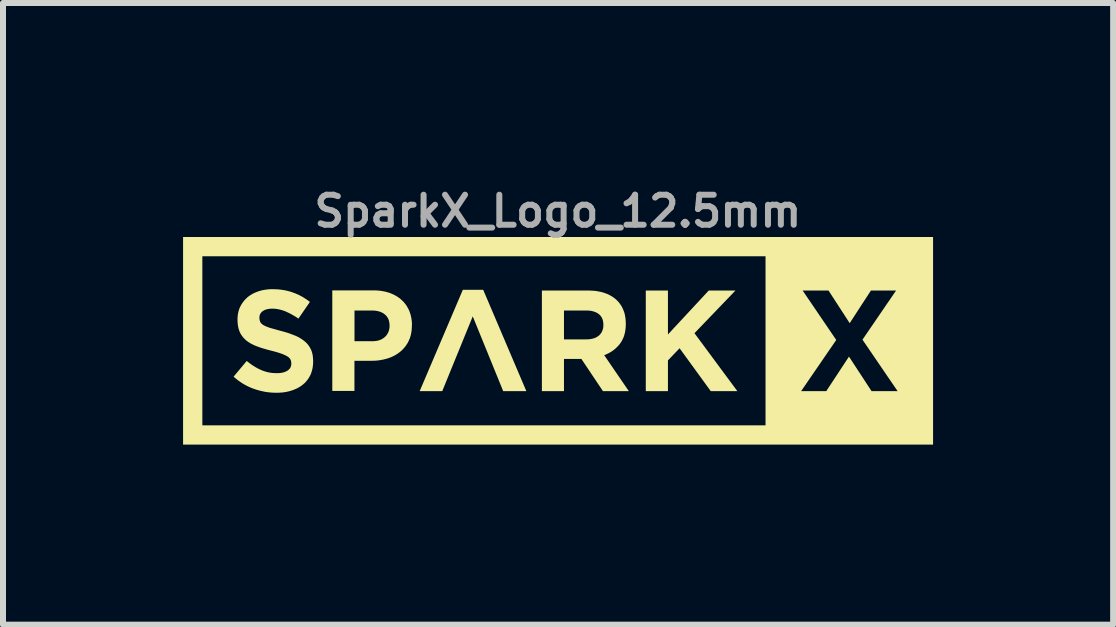
<source format=kicad_pcb>
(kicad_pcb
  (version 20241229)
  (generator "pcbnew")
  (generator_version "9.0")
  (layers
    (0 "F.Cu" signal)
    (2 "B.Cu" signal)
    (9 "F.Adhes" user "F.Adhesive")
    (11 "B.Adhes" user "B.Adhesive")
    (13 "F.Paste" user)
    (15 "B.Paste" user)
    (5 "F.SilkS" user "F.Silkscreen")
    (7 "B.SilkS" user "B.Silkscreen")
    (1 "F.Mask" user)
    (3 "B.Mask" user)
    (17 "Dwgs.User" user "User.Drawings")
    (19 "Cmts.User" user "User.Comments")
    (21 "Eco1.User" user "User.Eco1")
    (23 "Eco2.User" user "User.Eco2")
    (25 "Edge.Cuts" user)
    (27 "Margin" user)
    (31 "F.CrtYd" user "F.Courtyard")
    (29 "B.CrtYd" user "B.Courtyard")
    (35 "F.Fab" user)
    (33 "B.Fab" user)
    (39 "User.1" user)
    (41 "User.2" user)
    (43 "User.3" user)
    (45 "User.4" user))
  (footprint "SparkX_Logo_12.5mm"
    (layer "F.Cu")
    (at 6.245 2.593)
    (property "Reference" "SparkX_Logo_12.5mm" (at 0 -2.125 0) (layer "F.Fab") (effects (font (size 0.5 0.5) (thickness 0.1))))
    (attr board_only exclude_from_pos_files exclude_from_bom)
    (fp_poly (pts (xy -0.526 0.873) (xy -0.912 0.873) (xy -1.161 0.261) (xy -1.419 -0.372) (xy -1.927 0.873) (xy -2.303 0.873) (xy -1.584 -0.815) (xy -1.245 -0.815)) (stroke (width 0) (type solid)) (fill yes) (layer "F.SilkS"))
    (fp_poly (pts (xy 1.833 -0.071) (xy 2.513 -0.803) (xy 2.958 -0.803) (xy 2.275 -0.092) (xy 2.989 0.873) (xy 2.546 0.873) (xy 2.027 0.159) (xy 1.833 0.361) (xy 1.833 0.873) (xy 1.464 0.873) (xy 1.464 -0.803) (xy 1.833 -0.803)) (stroke (width 0) (type solid)) (fill yes) (layer "F.SilkS"))
    (fp_poly (pts (xy 6.25 1.764) (xy -6.245 1.764) (xy -6.245 -1.374) (xy -5.924 -1.374) (xy -5.924 1.443) (xy 3.459 1.443) (xy 3.459 0.873) (xy 4.052 0.873) (xy 4.471 0.873) (xy 4.849 0.298) (xy 5.225 0.873) (xy 5.659 0.873) (xy 5.074 0.016) (xy 5.634 -0.803) (xy 5.215 -0.803) (xy 4.861 -0.259) (xy 4.508 -0.803) (xy 4.077 -0.803) (xy 4.637 0.021) (xy 4.052 0.873) (xy 3.459 0.873) (xy 3.459 -1.374) (xy -5.924 -1.374) (xy -6.245 -1.374) (xy -6.245 -1.695) (xy 6.25 -1.695)) (stroke (width 0) (type solid)) (fill yes) (layer "F.SilkS"))
    (fp_poly (pts (xy 0.535 -0.802) (xy 0.571 -0.8) (xy 0.606 -0.798) (xy 0.64 -0.794) (xy 0.673 -0.788) (xy 0.705 -0.782) (xy 0.735 -0.775) (xy 0.765 -0.766) (xy 0.793 -0.756) (xy 0.821 -0.746) (xy 0.847 -0.734) (xy 0.873 -0.72) (xy 0.897 -0.706) (xy 0.921 -0.691) (xy 0.943 -0.674) (xy 0.965 -0.657) (xy 0.985 -0.638) (xy 1.004 -0.618) (xy 1.021 -0.598) (xy 1.037 -0.576) (xy 1.052 -0.554) (xy 1.066 -0.531) (xy 1.078 -0.506) (xy 1.089 -0.481) (xy 1.099 -0.456) (xy 1.108 -0.429) (xy 1.115 -0.401) (xy 1.12 -0.372) (xy 1.125 -0.343) (xy 1.128 -0.313) (xy 1.13 -0.281) (xy 1.131 -0.249) (xy 1.131 -0.244) (xy 1.13 -0.219) (xy 1.129 -0.195) (xy 1.127 -0.171) (xy 1.124 -0.147) (xy 1.121 -0.125) (xy 1.117 -0.103) (xy 1.111 -0.081) (xy 1.106 -0.06) (xy 1.099 -0.039) (xy 1.092 -0.02) (xy 1.083 -0.000346) (xy 1.074 0.018) (xy 1.065 0.036) (xy 1.054 0.054) (xy 1.043 0.071) (xy 1.031 0.087) (xy 1.018 0.103) (xy 1.005 0.118) (xy 0.991 0.132) (xy 0.977 0.146) (xy 0.963 0.16) (xy 0.948 0.173) (xy 0.932 0.186) (xy 0.916 0.198) (xy 0.9 0.209) (xy 0.883 0.22) (xy 0.865 0.23) (xy 0.848 0.24) (xy 0.829 0.249) (xy 0.81 0.258) (xy 0.791 0.267) (xy 0.771 0.274) (xy 1.181 0.873) (xy 0.75 0.873) (xy 0.391 0.337) (xy 0.101 0.337) (xy 0.101 0.873) (xy -0.267 0.873) (xy -0.267 -0.47) (xy 0.101 -0.47) (xy 0.101 0.011) (xy 0.475 0.011) (xy 0.492 0.01) (xy 0.508 0.01) (xy 0.524 0.008) (xy 0.539 0.007) (xy 0.554 0.004) (xy 0.568 0.001) (xy 0.582 -0.002) (xy 0.596 -0.006) (xy 0.609 -0.01) (xy 0.621 -0.015) (xy 0.633 -0.02) (xy 0.644 -0.026) (xy 0.655 -0.033) (xy 0.665 -0.039) (xy 0.675 -0.047) (xy 0.685 -0.054) (xy 0.694 -0.063) (xy 0.702 -0.071) (xy 0.709 -0.08) (xy 0.717 -0.09) (xy 0.723 -0.099) (xy 0.729 -0.109) (xy 0.734 -0.12) (xy 0.739 -0.13) (xy 0.743 -0.141) (xy 0.747 -0.152) (xy 0.75 -0.164) (xy 0.753 -0.176) (xy 0.755 -0.188) (xy 0.756 -0.201) (xy 0.757 -0.214) (xy 0.757 -0.227) (xy 0.757 -0.23) (xy 0.757 -0.245) (xy 0.756 -0.26) (xy 0.755 -0.273) (xy 0.752 -0.287) (xy 0.75 -0.3) (xy 0.747 -0.312) (xy 0.743 -0.324) (xy 0.738 -0.335) (xy 0.733 -0.346) (xy 0.728 -0.357) (xy 0.721 -0.367) (xy 0.714 -0.377) (xy 0.707 -0.386) (xy 0.699 -0.394) (xy 0.69 -0.403) (xy 0.681 -0.41) (xy 0.671 -0.418) (xy 0.661 -0.424) (xy 0.65 -0.431) (xy 0.639 -0.437) (xy 0.627 -0.442) (xy 0.615 -0.447) (xy 0.602 -0.451) (xy 0.589 -0.455) (xy 0.576 -0.459) (xy 0.561 -0.462) (xy 0.547 -0.465) (xy 0.532 -0.467) (xy 0.516 -0.468) (xy 0.501 -0.469) (xy 0.484 -0.47) (xy 0.467 -0.47) (xy 0.101 -0.47) (xy -0.267 -0.47) (xy -0.267 -0.803) (xy 0.499 -0.803)) (stroke (width 0) (type solid)) (fill yes) (layer "F.SilkS"))
    (fp_poly (pts (xy -3.055 -0.805) (xy -3.036 -0.805) (xy -3.018 -0.804) (xy -3 -0.802) (xy -2.982 -0.801) (xy -2.965 -0.799) (xy -2.947 -0.797) (xy -2.93 -0.794) (xy -2.914 -0.791) (xy -2.897 -0.788) (xy -2.881 -0.785) (xy -2.865 -0.781) (xy -2.849 -0.777) (xy -2.834 -0.772) (xy -2.819 -0.768) (xy -2.804 -0.763) (xy -2.789 -0.757) (xy -2.775 -0.751) (xy -2.761 -0.746) (xy -2.747 -0.739) (xy -2.733 -0.733) (xy -2.72 -0.726) (xy -2.707 -0.719) (xy -2.694 -0.712) (xy -2.682 -0.704) (xy -2.67 -0.697) (xy -2.658 -0.688) (xy -2.646 -0.68) (xy -2.635 -0.672) (xy -2.624 -0.663) (xy -2.613 -0.653) (xy -2.603 -0.644) (xy -2.592 -0.634) (xy -2.582 -0.624) (xy -2.573 -0.614) (xy -2.563 -0.604) (xy -2.554 -0.593) (xy -2.546 -0.582) (xy -2.537 -0.571) (xy -2.529 -0.56) (xy -2.521 -0.548) (xy -2.514 -0.536) (xy -2.507 -0.524) (xy -2.5 -0.512) (xy -2.493 -0.499) (xy -2.487 -0.487) (xy -2.481 -0.474) (xy -2.475 -0.46) (xy -2.47 -0.447) (xy -2.465 -0.433) (xy -2.461 -0.42) (xy -2.456 -0.406) (xy -2.452 -0.391) (xy -2.449 -0.377) (xy -2.446 -0.363) (xy -2.443 -0.348) (xy -2.44 -0.333) (xy -2.438 -0.318) (xy -2.436 -0.303) (xy -2.434 -0.287) (xy -2.433 -0.272) (xy -2.432 -0.256) (xy -2.432 -0.24) (xy -2.432 -0.224) (xy -2.432 -0.219) (xy -2.433 -0.222) (xy -2.433 -0.204) (xy -2.434 -0.186) (xy -2.435 -0.168) (xy -2.436 -0.151) (xy -2.438 -0.134) (xy -2.44 -0.117) (xy -2.443 -0.101) (xy -2.446 -0.085) (xy -2.449 -0.069) (xy -2.453 -0.053) (xy -2.458 -0.038) (xy -2.462 -0.023) (xy -2.467 -0.008) (xy -2.473 0.006) (xy -2.479 0.02) (xy -2.485 0.034) (xy -2.492 0.048) (xy -2.499 0.062) (xy -2.506 0.075) (xy -2.514 0.087) (xy -2.522 0.1) (xy -2.53 0.112) (xy -2.539 0.124) (xy -2.548 0.136) (xy -2.557 0.147) (xy -2.567 0.158) (xy -2.577 0.169) (xy -2.587 0.18) (xy -2.597 0.19) (xy -2.608 0.2) (xy -2.619 0.21) (xy -2.63 0.219) (xy -2.642 0.228) (xy -2.654 0.237) (xy -2.666 0.246) (xy -2.678 0.254) (xy -2.691 0.262) (xy -2.703 0.269) (xy -2.716 0.277) (xy -2.73 0.284) (xy -2.743 0.291) (xy -2.757 0.297) (xy -2.771 0.304) (xy -2.785 0.31) (xy -2.8 0.315) (xy -2.815 0.321) (xy -2.83 0.326) (xy -2.845 0.331) (xy -2.876 0.339) (xy -2.908 0.347) (xy -2.941 0.353) (xy -2.973 0.359) (xy -3.007 0.363) (xy -3.041 0.366) (xy -3.075 0.367) (xy -3.11 0.368) (xy -3.39 0.368) (xy -3.39 0.87) (xy -3.759 0.87) (xy -3.759 -0.47) (xy -3.389 -0.47) (xy -3.389 0.042) (xy -3.096 0.042) (xy -3.079 0.042) (xy -3.063 0.041) (xy -3.047 0.039) (xy -3.031 0.037) (xy -3.016 0.035) (xy -3.001 0.032) (xy -2.987 0.028) (xy -2.973 0.024) (xy -2.96 0.019) (xy -2.948 0.014) (xy -2.935 0.008) (xy -2.924 0.001) (xy -2.912 -0.006) (xy -2.902 -0.013) (xy -2.891 -0.022) (xy -2.881 -0.031) (xy -2.872 -0.04) (xy -2.863 -0.049) (xy -2.855 -0.059) (xy -2.848 -0.069) (xy -2.841 -0.08) (xy -2.835 -0.09) (xy -2.829 -0.101) (xy -2.824 -0.113) (xy -2.82 -0.124) (xy -2.816 -0.136) (xy -2.813 -0.148) (xy -2.81 -0.16) (xy -2.808 -0.173) (xy -2.806 -0.185) (xy -2.805 -0.198) (xy -2.805 -0.212) (xy -2.805 -0.217) (xy -2.805 -0.232) (xy -2.806 -0.247) (xy -2.808 -0.261) (xy -2.81 -0.275) (xy -2.813 -0.288) (xy -2.816 -0.301) (xy -2.82 -0.314) (xy -2.825 -0.326) (xy -2.83 -0.338) (xy -2.836 -0.349) (xy -2.843 -0.359) (xy -2.85 -0.37) (xy -2.858 -0.379) (xy -2.866 -0.388) (xy -2.875 -0.397) (xy -2.885 -0.405) (xy -2.895 -0.413) (xy -2.906 -0.421) (xy -2.917 -0.428) (xy -2.928 -0.434) (xy -2.941 -0.44) (xy -2.953 -0.445) (xy -2.966 -0.45) (xy -2.979 -0.454) (xy -2.993 -0.458) (xy -3.008 -0.461) (xy -3.023 -0.464) (xy -3.038 -0.466) (xy -3.054 -0.468) (xy -3.07 -0.469) (xy -3.087 -0.47) (xy -3.104 -0.47) (xy -3.389 -0.47) (xy -3.759 -0.47) (xy -3.759 -0.805) (xy -3.074 -0.805)) (stroke (width 0) (type solid)) (fill yes) (layer "F.SilkS"))
    (fp_poly (pts (xy -4.732 -0.825) (xy -4.709 -0.824) (xy -4.686 -0.823) (xy -4.664 -0.822) (xy -4.642 -0.82) (xy -4.62 -0.817) (xy -4.599 -0.815) (xy -4.578 -0.811) (xy -4.557 -0.808) (xy -4.536 -0.804) (xy -4.515 -0.799) (xy -4.495 -0.794) (xy -4.475 -0.789) (xy -4.455 -0.783) (xy -4.435 -0.777) (xy -4.416 -0.77) (xy -4.397 -0.763) (xy -4.378 -0.756) (xy -4.359 -0.748) (xy -4.34 -0.74) (xy -4.322 -0.732) (xy -4.304 -0.723) (xy -4.286 -0.713) (xy -4.268 -0.704) (xy -4.25 -0.694) (xy -4.233 -0.683) (xy -4.216 -0.672) (xy -4.198 -0.661) (xy -4.182 -0.65) (xy -4.165 -0.638) (xy -4.148 -0.625) (xy -4.132 -0.613) (xy -4.323 -0.335) (xy -4.351 -0.354) (xy -4.379 -0.372) (xy -4.407 -0.388) (xy -4.435 -0.404) (xy -4.462 -0.419) (xy -4.489 -0.432) (xy -4.516 -0.445) (xy -4.543 -0.457) (xy -4.557 -0.462) (xy -4.57 -0.467) (xy -4.583 -0.471) (xy -4.597 -0.476) (xy -4.61 -0.479) (xy -4.624 -0.483) (xy -4.637 -0.486) (xy -4.651 -0.489) (xy -4.664 -0.492) (xy -4.678 -0.494) (xy -4.691 -0.496) (xy -4.705 -0.498) (xy -4.718 -0.499) (xy -4.731 -0.5) (xy -4.745 -0.5) (xy -4.758 -0.5) (xy -4.771 -0.5) (xy -4.784 -0.5) (xy -4.796 -0.499) (xy -4.808 -0.498) (xy -4.82 -0.496) (xy -4.831 -0.494) (xy -4.842 -0.492) (xy -4.852 -0.489) (xy -4.862 -0.487) (xy -4.871 -0.483) (xy -4.88 -0.48) (xy -4.889 -0.476) (xy -4.897 -0.472) (xy -4.905 -0.468) (xy -4.912 -0.463) (xy -4.919 -0.458) (xy -4.926 -0.453) (xy -4.932 -0.447) (xy -4.938 -0.442) (xy -4.943 -0.436) (xy -4.948 -0.43) (xy -4.952 -0.424) (xy -4.956 -0.418) (xy -4.96 -0.411) (xy -4.963 -0.405) (xy -4.966 -0.398) (xy -4.968 -0.391) (xy -4.97 -0.384) (xy -4.971 -0.377) (xy -4.972 -0.369) (xy -4.973 -0.362) (xy -4.973 -0.354) (xy -4.973 -0.349) (xy -4.973 -0.344) (xy -4.973 -0.339) (xy -4.973 -0.334) (xy -4.972 -0.329) (xy -4.972 -0.324) (xy -4.971 -0.32) (xy -4.97 -0.315) (xy -4.969 -0.311) (xy -4.968 -0.306) (xy -4.967 -0.302) (xy -4.966 -0.298) (xy -4.965 -0.294) (xy -4.963 -0.29) (xy -4.962 -0.286) (xy -4.96 -0.282) (xy -4.958 -0.278) (xy -4.956 -0.274) (xy -4.954 -0.271) (xy -4.952 -0.267) (xy -4.949 -0.263) (xy -4.946 -0.26) (xy -4.943 -0.256) (xy -4.94 -0.253) (xy -4.937 -0.25) (xy -4.933 -0.246) (xy -4.929 -0.243) (xy -4.925 -0.24) (xy -4.921 -0.237) (xy -4.916 -0.233) (xy -4.912 -0.23) (xy -4.907 -0.227) (xy -4.902 -0.224) (xy -4.891 -0.219) (xy -4.88 -0.213) (xy -4.867 -0.207) (xy -4.854 -0.201) (xy -4.839 -0.196) (xy -4.824 -0.19) (xy -4.808 -0.184) (xy -4.791 -0.179) (xy -4.71 -0.156) (xy -4.663 -0.143) (xy -4.612 -0.129) (xy -4.581 -0.121) (xy -4.55 -0.112) (xy -4.52 -0.103) (xy -4.491 -0.094) (xy -4.463 -0.084) (xy -4.436 -0.074) (xy -4.41 -0.064) (xy -4.385 -0.054) (xy -4.372 -0.049) (xy -4.36 -0.044) (xy -4.348 -0.038) (xy -4.337 -0.033) (xy -4.325 -0.027) (xy -4.314 -0.021) (xy -4.303 -0.015) (xy -4.293 -0.009) (xy -4.283 -0.002) (xy -4.272 0.004) (xy -4.263 0.011) (xy -4.253 0.018) (xy -4.244 0.024) (xy -4.235 0.031) (xy -4.226 0.038) (xy -4.217 0.046) (xy -4.209 0.053) (xy -4.2 0.061) (xy -4.192 0.068) (xy -4.185 0.076) (xy -4.177 0.084) (xy -4.17 0.092) (xy -4.163 0.101) (xy -4.157 0.109) (xy -4.151 0.118) (xy -4.144 0.127) (xy -4.139 0.136) (xy -4.133 0.145) (xy -4.128 0.154) (xy -4.123 0.164) (xy -4.118 0.173) (xy -4.113 0.183) (xy -4.109 0.193) (xy -4.105 0.203) (xy -4.101 0.214) (xy -4.098 0.224) (xy -4.095 0.235) (xy -4.092 0.246) (xy -4.089 0.258) (xy -4.087 0.27) (xy -4.085 0.281) (xy -4.083 0.294) (xy -4.082 0.306) (xy -4.081 0.319) (xy -4.08 0.332) (xy -4.079 0.345) (xy -4.078 0.372) (xy -4.078 0.382) (xy -4.079 0.397) (xy -4.079 0.412) (xy -4.08 0.427) (xy -4.081 0.442) (xy -4.083 0.457) (xy -4.085 0.471) (xy -4.087 0.485) (xy -4.09 0.499) (xy -4.093 0.513) (xy -4.096 0.526) (xy -4.1 0.539) (xy -4.104 0.553) (xy -4.108 0.565) (xy -4.113 0.578) (xy -4.118 0.591) (xy -4.123 0.603) (xy -4.129 0.615) (xy -4.135 0.626) (xy -4.142 0.638) (xy -4.148 0.649) (xy -4.155 0.66) (xy -4.162 0.671) (xy -4.17 0.681) (xy -4.178 0.692) (xy -4.186 0.702) (xy -4.194 0.712) (xy -4.203 0.721) (xy -4.211 0.731) (xy -4.221 0.74) (xy -4.23 0.748) (xy -4.24 0.757) (xy -4.25 0.765) (xy -4.26 0.773) (xy -4.271 0.781) (xy -4.281 0.789) (xy -4.293 0.796) (xy -4.304 0.803) (xy -4.315 0.81) (xy -4.327 0.817) (xy -4.339 0.823) (xy -4.351 0.829) (xy -4.364 0.835) (xy -4.376 0.84) (xy -4.389 0.846) (xy -4.402 0.851) (xy -4.416 0.856) (xy -4.429 0.861) (xy -4.443 0.865) (xy -4.472 0.874) (xy -4.501 0.881) (xy -4.531 0.887) (xy -4.562 0.892) (xy -4.593 0.896) (xy -4.625 0.898) (xy -4.658 0.9) (xy -4.692 0.9) (xy -4.716 0.9) (xy -4.74 0.899) (xy -4.763 0.898) (xy -4.787 0.896) (xy -4.811 0.894) (xy -4.835 0.891) (xy -4.858 0.888) (xy -4.882 0.884) (xy -4.905 0.879) (xy -4.929 0.874) (xy -4.952 0.869) (xy -4.976 0.863) (xy -4.999 0.856) (xy -5.022 0.85) (xy -5.045 0.842) (xy -5.068 0.834) (xy -5.091 0.826) (xy -5.113 0.817) (xy -5.136 0.807) (xy -5.158 0.797) (xy -5.18 0.786) (xy -5.201 0.775) (xy -5.223 0.763) (xy -5.244 0.751) (xy -5.265 0.738) (xy -5.285 0.724) (xy -5.306 0.71) (xy -5.326 0.696) (xy -5.345 0.681) (xy -5.365 0.665) (xy -5.384 0.649) (xy -5.403 0.632) (xy -5.185 0.371) (xy -5.156 0.393) (xy -5.127 0.415) (xy -5.098 0.436) (xy -5.069 0.455) (xy -5.039 0.473) (xy -5.01 0.49) (xy -4.98 0.505) (xy -4.965 0.512) (xy -4.949 0.519) (xy -4.934 0.526) (xy -4.919 0.532) (xy -4.903 0.538) (xy -4.887 0.543) (xy -4.871 0.548) (xy -4.855 0.553) (xy -4.839 0.557) (xy -4.823 0.56) (xy -4.806 0.564) (xy -4.789 0.566) (xy -4.772 0.569) (xy -4.755 0.571) (xy -4.738 0.572) (xy -4.72 0.573) (xy -4.702 0.574) (xy -4.684 0.574) (xy -4.67 0.574) (xy -4.656 0.574) (xy -4.643 0.573) (xy -4.63 0.571) (xy -4.617 0.57) (xy -4.605 0.568) (xy -4.593 0.566) (xy -4.582 0.563) (xy -4.571 0.56) (xy -4.561 0.557) (xy -4.55 0.554) (xy -4.541 0.55) (xy -4.531 0.546) (xy -4.522 0.541) (xy -4.514 0.537) (xy -4.506 0.532) (xy -4.498 0.526) (xy -4.491 0.521) (xy -4.484 0.515) (xy -4.478 0.509) (xy -4.472 0.503) (xy -4.467 0.496) (xy -4.462 0.489) (xy -4.458 0.482) (xy -4.454 0.475) (xy -4.451 0.467) (xy -4.448 0.459) (xy -4.446 0.451) (xy -4.444 0.442) (xy -4.443 0.434) (xy -4.442 0.425) (xy -4.442 0.416) (xy -4.442 0.411) (xy -4.442 0.406) (xy -4.442 0.402) (xy -4.443 0.397) (xy -4.443 0.393) (xy -4.443 0.389) (xy -4.444 0.385) (xy -4.445 0.381) (xy -4.446 0.377) (xy -4.447 0.373) (xy -4.448 0.369) (xy -4.449 0.365) (xy -4.45 0.361) (xy -4.451 0.358) (xy -4.453 0.354) (xy -4.454 0.35) (xy -4.456 0.347) (xy -4.458 0.344) (xy -4.459 0.34) (xy -4.462 0.337) (xy -4.464 0.334) (xy -4.466 0.33) (xy -4.469 0.327) (xy -4.472 0.324) (xy -4.475 0.321) (xy -4.478 0.318) (xy -4.481 0.314) (xy -4.485 0.311) (xy -4.489 0.308) (xy -4.493 0.305) (xy -4.497 0.302) (xy -4.501 0.299) (xy -4.506 0.296) (xy -4.516 0.29) (xy -4.526 0.284) (xy -4.538 0.278) (xy -4.551 0.272) (xy -4.564 0.266) (xy -4.578 0.26) (xy -4.593 0.254) (xy -4.609 0.248) (xy -4.627 0.242) (xy -4.645 0.236) (xy -4.664 0.23) (xy -4.685 0.224) (xy -4.731 0.211) (xy -4.781 0.198) (xy -4.812 0.19) (xy -4.843 0.182) (xy -4.873 0.173) (xy -4.902 0.165) (xy -4.931 0.156) (xy -4.959 0.147) (xy -4.986 0.137) (xy -5.012 0.128) (xy -5.037 0.118) (xy -5.061 0.108) (xy -5.073 0.102) (xy -5.085 0.096) (xy -5.096 0.091) (xy -5.107 0.085) (xy -5.118 0.079) (xy -5.129 0.073) (xy -5.139 0.067) (xy -5.149 0.06) (xy -5.159 0.054) (xy -5.168 0.047) (xy -5.178 0.04) (xy -5.187 0.033) (xy -5.196 0.026) (xy -5.204 0.019) (xy -5.212 0.011) (xy -5.22 0.003) (xy -5.228 -0.005) (xy -5.236 -0.013) (xy -5.243 -0.021) (xy -5.25 -0.03) (xy -5.257 -0.039) (xy -5.264 -0.048) (xy -5.27 -0.057) (xy -5.276 -0.066) (xy -5.282 -0.076) (xy -5.288 -0.086) (xy -5.293 -0.096) (xy -5.298 -0.107) (xy -5.303 -0.117) (xy -5.307 -0.128) (xy -5.311 -0.14) (xy -5.315 -0.151) (xy -5.319 -0.163) (xy -5.322 -0.176) (xy -5.325 -0.188) (xy -5.328 -0.201) (xy -5.33 -0.214) (xy -5.332 -0.228) (xy -5.334 -0.242) (xy -5.335 -0.256) (xy -5.336 -0.27) (xy -5.337 -0.285) (xy -5.338 -0.3) (xy -5.338 -0.315) (xy -5.338 -0.32) (xy -5.338 -0.335) (xy -5.337 -0.349) (xy -5.336 -0.363) (xy -5.335 -0.377) (xy -5.334 -0.391) (xy -5.332 -0.404) (xy -5.33 -0.417) (xy -5.327 -0.43) (xy -5.325 -0.443) (xy -5.322 -0.456) (xy -5.318 -0.468) (xy -5.314 -0.48) (xy -5.31 -0.493) (xy -5.306 -0.505) (xy -5.301 -0.516) (xy -5.295 -0.528) (xy -5.29 -0.539) (xy -5.284 -0.55) (xy -5.278 -0.561) (xy -5.272 -0.572) (xy -5.265 -0.583) (xy -5.258 -0.593) (xy -5.251 -0.603) (xy -5.244 -0.613) (xy -5.236 -0.623) (xy -5.228 -0.633) (xy -5.22 -0.642) (xy -5.212 -0.651) (xy -5.203 -0.66) (xy -5.194 -0.669) (xy -5.185 -0.678) (xy -5.176 -0.687) (xy -5.166 -0.695) (xy -5.156 -0.703) (xy -5.146 -0.71) (xy -5.135 -0.718) (xy -5.124 -0.725) (xy -5.113 -0.732) (xy -5.102 -0.739) (xy -5.091 -0.745) (xy -5.079 -0.752) (xy -5.067 -0.758) (xy -5.055 -0.764) (xy -5.042 -0.769) (xy -5.03 -0.774) (xy -5.017 -0.78) (xy -5.004 -0.784) (xy -4.991 -0.789) (xy -4.964 -0.797) (xy -4.936 -0.805) (xy -4.907 -0.811) (xy -4.878 -0.816) (xy -4.848 -0.82) (xy -4.818 -0.823) (xy -4.786 -0.825) (xy -4.754 -0.825)) (stroke (width 0) (type solid)) (fill yes) (layer "F.SilkS")))
  (gr_rect
    (start -3 -3)
    (end 15.495 7.357)
    (stroke (width 0.1) (type default))
    (fill no)
    (layer "Edge.Cuts")))
</source>
